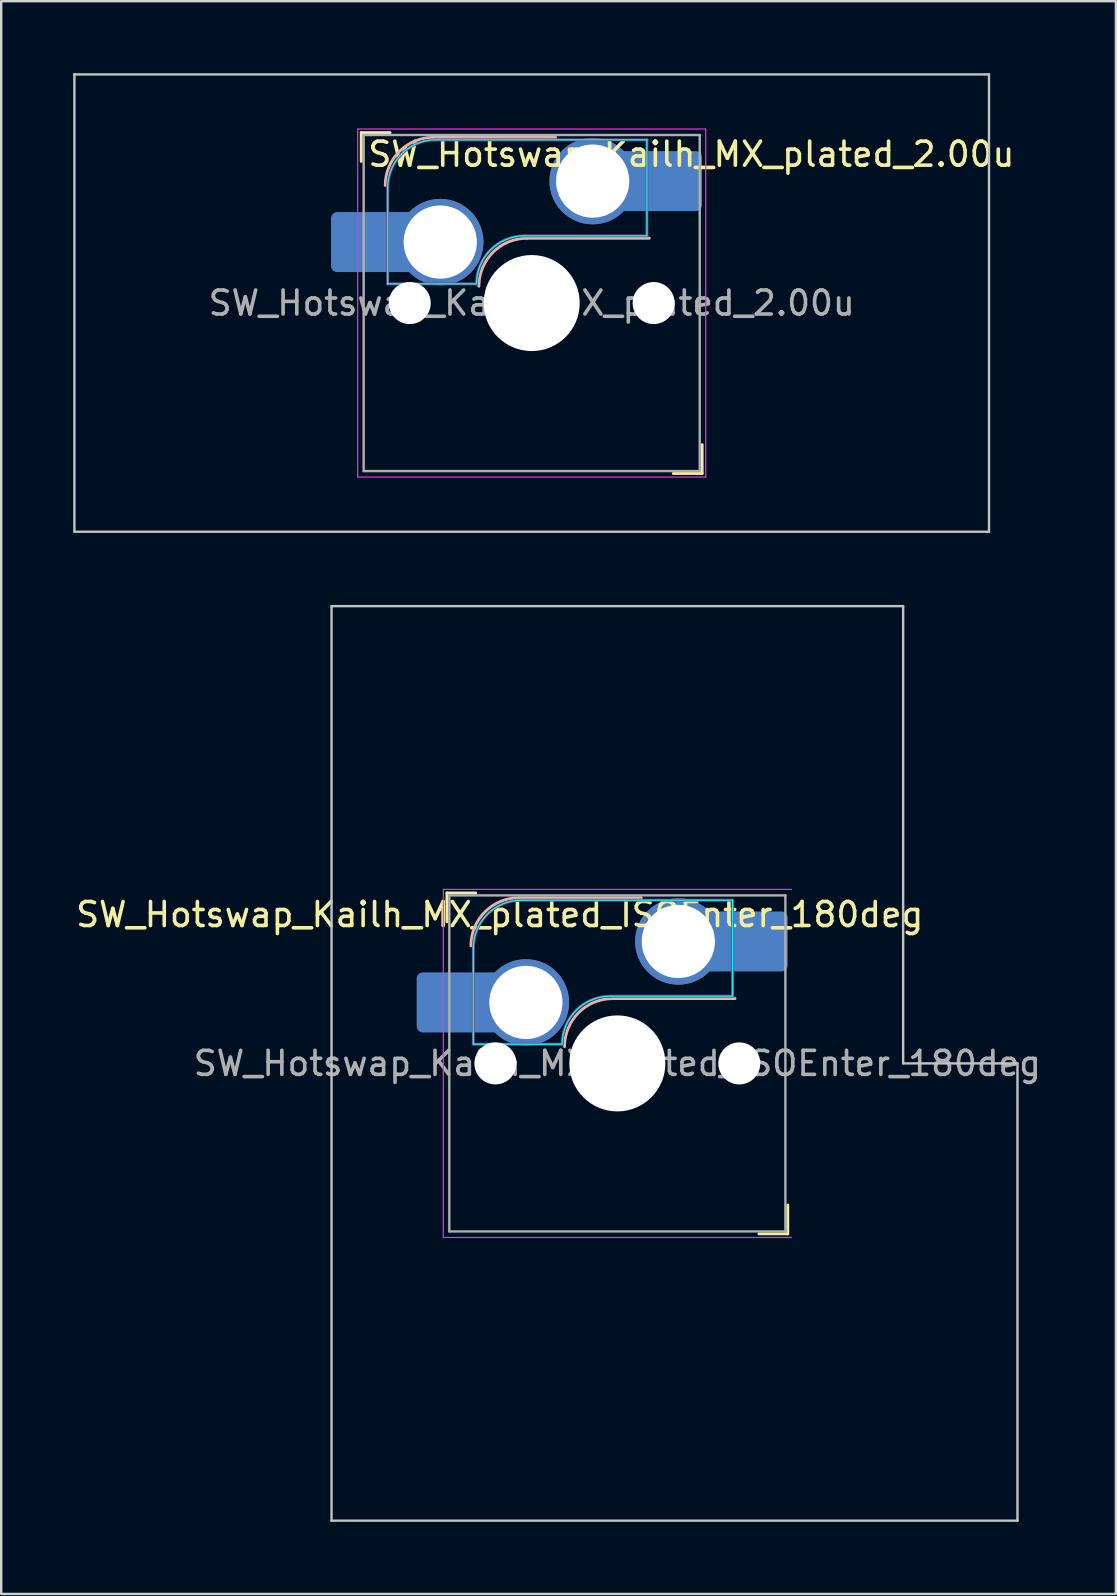
<source format=kicad_pcb>
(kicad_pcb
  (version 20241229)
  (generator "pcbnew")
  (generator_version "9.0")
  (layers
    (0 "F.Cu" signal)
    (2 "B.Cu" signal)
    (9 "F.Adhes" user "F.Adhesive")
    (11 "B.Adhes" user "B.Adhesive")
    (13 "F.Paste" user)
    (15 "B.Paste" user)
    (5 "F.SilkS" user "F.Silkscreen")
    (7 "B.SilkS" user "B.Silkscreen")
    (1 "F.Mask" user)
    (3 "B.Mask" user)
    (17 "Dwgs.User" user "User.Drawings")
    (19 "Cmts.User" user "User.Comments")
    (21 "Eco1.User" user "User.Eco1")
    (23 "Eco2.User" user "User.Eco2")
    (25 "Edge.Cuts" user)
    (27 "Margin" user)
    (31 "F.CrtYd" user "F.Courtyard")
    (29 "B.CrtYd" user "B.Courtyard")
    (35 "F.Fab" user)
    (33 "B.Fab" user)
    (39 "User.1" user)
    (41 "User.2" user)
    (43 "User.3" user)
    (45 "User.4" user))
  (footprint "SW_Hotswap_Kailh_MX_plated_2.00u"
    (layer "F.Cu")
    (at 19.1 9.575)
    (property "Reference" "SW_Hotswap_Kailh_MX_plated_2.00u" (at -6.9 -6.2 0) (layer "F.SilkS") (effects (font (size 1 1) (thickness 0.15)) (justify left)))
    (attr smd)
    (fp_line (start -7.1 -7.1) (end -7.1 -5.9) (stroke (width 0.12) (type solid)) (layer "F.SilkS"))
    (fp_line (start -5.9 -7.1) (end -7.1 -7.1) (stroke (width 0.12) (type solid)) (layer "F.SilkS"))
    (fp_line (start 5.9 7.1) (end 7.1 7.1) (stroke (width 0.12) (type solid)) (layer "F.SilkS"))
    (fp_line (start 7.1 7.1) (end 7.1 5.9) (stroke (width 0.12) (type solid)) (layer "F.SilkS"))
    (fp_line (start -4.1 -6.9) (end 1 -6.9) (stroke (width 0.12) (type solid)) (layer "B.SilkS"))
    (fp_line (start -0.2 -2.7) (end 4.9 -2.7) (stroke (width 0.12) (type solid)) (layer "B.SilkS"))
    (fp_arc (start -6.1 -4.9) (mid -5.514214 -6.314214) (end -4.1 -6.9) (stroke (width 0.12) (type solid)) (layer "B.SilkS"))
    (fp_arc (start -2.2 -0.7) (mid -1.614214 -2.114214) (end -0.2 -2.7) (stroke (width 0.12) (type solid)) (layer "B.SilkS"))
    (fp_line (start -19.05 -9.525) (end -19.05 9.525) (stroke (width 0.1) (type solid)) (layer "Dwgs.User"))
    (fp_line (start -19.05 9.525) (end 19.05 9.525) (stroke (width 0.1) (type solid)) (layer "Dwgs.User"))
    (fp_line (start 19.05 -9.525) (end -19.05 -9.525) (stroke (width 0.1) (type solid)) (layer "Dwgs.User"))
    (fp_line (start 19.05 9.525) (end 19.05 -9.525) (stroke (width 0.1) (type solid)) (layer "Dwgs.User"))
    (fp_line (start -7.8 -6) (end -7 -6) (stroke (width 0.1) (type solid)) (layer "Eco1.User"))
    (fp_line (start -7.8 -2.9) (end -7.8 -6) (stroke (width 0.1) (type solid)) (layer "Eco1.User"))
    (fp_line (start -7.8 2.9) (end -7 2.9) (stroke (width 0.1) (type solid)) (layer "Eco1.User"))
    (fp_line (start -7.8 6) (end -7.8 2.9) (stroke (width 0.1) (type solid)) (layer "Eco1.User"))
    (fp_line (start -7 -7) (end 7 -7) (stroke (width 0.1) (type solid)) (layer "Eco1.User"))
    (fp_line (start -7 -6) (end -7 -7) (stroke (width 0.1) (type solid)) (layer "Eco1.User"))
    (fp_line (start -7 -2.9) (end -7.8 -2.9) (stroke (width 0.1) (type solid)) (layer "Eco1.User"))
    (fp_line (start -7 2.9) (end -7 -2.9) (stroke (width 0.1) (type solid)) (layer "Eco1.User"))
    (fp_line (start -7 6) (end -7.8 6) (stroke (width 0.1) (type solid)) (layer "Eco1.User"))
    (fp_line (start -7 7) (end -7 6) (stroke (width 0.1) (type solid)) (layer "Eco1.User"))
    (fp_line (start 7 -7) (end 7 -6) (stroke (width 0.1) (type solid)) (layer "Eco1.User"))
    (fp_line (start 7 -6) (end 7.8 -6) (stroke (width 0.1) (type solid)) (layer "Eco1.User"))
    (fp_line (start 7 -2.9) (end 7 2.9) (stroke (width 0.1) (type solid)) (layer "Eco1.User"))
    (fp_line (start 7 2.9) (end 7.8 2.9) (stroke (width 0.1) (type solid)) (layer "Eco1.User"))
    (fp_line (start 7 6) (end 7 7) (stroke (width 0.1) (type solid)) (layer "Eco1.User"))
    (fp_line (start 7 7) (end -7 7) (stroke (width 0.1) (type solid)) (layer "Eco1.User"))
    (fp_line (start 7.8 -6) (end 7.8 -2.9) (stroke (width 0.1) (type solid)) (layer "Eco1.User"))
    (fp_line (start 7.8 -2.9) (end 7 -2.9) (stroke (width 0.1) (type solid)) (layer "Eco1.User"))
    (fp_line (start 7.8 2.9) (end 7.8 6) (stroke (width 0.1) (type solid)) (layer "Eco1.User"))
    (fp_line (start 7.8 6) (end 7 6) (stroke (width 0.1) (type solid)) (layer "Eco1.User"))
    (fp_line (start -6 -0.8) (end -6 -4.8) (stroke (width 0.05) (type solid)) (layer "B.CrtYd"))
    (fp_line (start -6 -0.8) (end -2.3 -0.8) (stroke (width 0.05) (type solid)) (layer "B.CrtYd"))
    (fp_line (start -4 -6.8) (end 4.8 -6.8) (stroke (width 0.05) (type solid)) (layer "B.CrtYd"))
    (fp_line (start -0.3 -2.8) (end 4.8 -2.8) (stroke (width 0.05) (type solid)) (layer "B.CrtYd"))
    (fp_line (start 4.8 -6.8) (end 4.8 -2.8) (stroke (width 0.05) (type solid)) (layer "B.CrtYd"))
    (fp_arc (start -6 -4.8) (mid -5.414214 -6.214214) (end -4 -6.8) (stroke (width 0.05) (type solid)) (layer "B.CrtYd"))
    (fp_arc (start -2.3 -0.8) (mid -1.714214 -2.214214) (end -0.3 -2.8) (stroke (width 0.05) (type solid)) (layer "B.CrtYd"))
    (fp_line (start -7.25 -7.25) (end -7.25 7.25) (stroke (width 0.05) (type solid)) (layer "F.CrtYd"))
    (fp_line (start -7.25 7.25) (end 7.25 7.25) (stroke (width 0.05) (type solid)) (layer "F.CrtYd"))
    (fp_line (start 7.25 -7.25) (end -7.25 -7.25) (stroke (width 0.05) (type solid)) (layer "F.CrtYd"))
    (fp_line (start 7.25 7.25) (end 7.25 -7.25) (stroke (width 0.05) (type solid)) (layer "F.CrtYd"))
    (fp_line (start -6 -0.8) (end -6 -4.8) (stroke (width 0.12) (type solid)) (layer "B.Fab"))
    (fp_line (start -6 -0.8) (end -2.3 -0.8) (stroke (width 0.12) (type solid)) (layer "B.Fab"))
    (fp_line (start -4 -6.8) (end 4.8 -6.8) (stroke (width 0.12) (type solid)) (layer "B.Fab"))
    (fp_line (start -0.3 -2.8) (end 4.8 -2.8) (stroke (width 0.12) (type solid)) (layer "B.Fab"))
    (fp_line (start 4.8 -6.8) (end 4.8 -2.8) (stroke (width 0.12) (type solid)) (layer "B.Fab"))
    (fp_arc (start -6 -4.8) (mid -5.414214 -6.214214) (end -4 -6.8) (stroke (width 0.12) (type solid)) (layer "B.Fab"))
    (fp_arc (start -2.3 -0.8) (mid -1.714214 -2.214214) (end -0.3 -2.8) (stroke (width 0.12) (type solid)) (layer "B.Fab"))
    (fp_line (start -7 -7) (end -7 7) (stroke (width 0.1) (type solid)) (layer "F.Fab"))
    (fp_line (start -7 7) (end 7 7) (stroke (width 0.1) (type solid)) (layer "F.Fab"))
    (fp_line (start 7 -7) (end -7 -7) (stroke (width 0.1) (type solid)) (layer "F.Fab"))
    (fp_line (start 7 7) (end 7 -7) (stroke (width 0.1) (type solid)) (layer "F.Fab"))
    (fp_text user "${REFERENCE}" (at 0 0 0) (layer "F.Fab") (effects (font (size 1 1) (thickness 0.15))))
    (pad "" smd roundrect (at -7.085 -2.54) (size 2.55 2.5) (layers "B.Mask" "B.Paste") (roundrect_rratio 0.1))
    (pad "" np_thru_hole circle (at -5.08 0) (size 1.75 1.75) (drill 1.75) (layers "*.Cu" "*.Mask"))
    (pad "" smd circle (at -3.81 -2.54) (size 3.1 3.1) (layers "F.Mask"))
    (pad "" np_thru_hole circle (at 0 0) (size 4 4) (drill 4) (layers "*.Cu" "*.Mask"))
    (pad "" smd circle (at 2.54 -5.08) (size 3.1 3.1) (layers "F.Mask"))
    (pad "" np_thru_hole circle (at 5.08 0) (size 1.75 1.75) (drill 1.75) (layers "*.Cu" "*.Mask"))
    (pad "" smd roundrect (at 5.842 -5.08) (size 2.55 2.5) (layers "B.Mask" "B.Paste") (roundrect_rratio 0.1))
    (pad "1" smd roundrect (at -6.585 -2.54) (size 3.55 2.5) (layers "B.Cu" "B.Mask") (roundrect_rratio 0.1))
    (pad "1" thru_hole circle (at -3.81 -2.54) (size 3.6 3.6) (drill 3.05) (layers "*.Cu" "B.Mask"))
    (pad "2" thru_hole circle (at 2.54 -5.08) (size 3.6 3.6) (drill 3.05) (layers "*.Cu" "B.Mask"))
    (pad "2" smd roundrect (at 5.32 -5.08) (size 3.55 2.5) (layers "B.Cu") (roundrect_rratio 0.1)))
  (footprint "SW_Hotswap_Kailh_MX_plated_ISOEnter_180deg"
    (layer "F.Cu")
    (at 22.668 41.25)
    (property "Reference" "SW_Hotswap_Kailh_MX_plated_ISOEnter_180deg" (at -4.9 -6.2 0) (layer "F.SilkS") (effects (font (size 1 1) (thickness 0.15))))
    (attr smd)
    (fp_line (start -7.1 -7.1) (end -7.1 -5.9) (stroke (width 0.12) (type solid)) (layer "F.SilkS"))
    (fp_line (start -5.9 -7.1) (end -7.1 -7.1) (stroke (width 0.12) (type solid)) (layer "F.SilkS"))
    (fp_line (start 5.9 7.1) (end 7.1 7.1) (stroke (width 0.12) (type solid)) (layer "F.SilkS"))
    (fp_line (start 7.1 7.1) (end 7.1 5.9) (stroke (width 0.12) (type solid)) (layer "F.SilkS"))
    (fp_line (start -4.1 -6.9) (end 1 -6.9) (stroke (width 0.12) (type solid)) (layer "B.SilkS"))
    (fp_line (start -0.2 -2.7) (end 4.9 -2.7) (stroke (width 0.12) (type solid)) (layer "B.SilkS"))
    (fp_arc (start -6.1 -4.9) (mid -5.514214 -6.314214) (end -4.1 -6.9) (stroke (width 0.12) (type solid)) (layer "B.SilkS"))
    (fp_arc (start -2.2 -0.7) (mid -1.614214 -2.114214) (end -0.2 -2.7) (stroke (width 0.12) (type solid)) (layer "B.SilkS"))
    (fp_line (start -11.906 -19.05) (end -11.906 19.05) (stroke (width 0.1) (type solid)) (layer "Dwgs.User"))
    (fp_line (start -11.906 19.05) (end 16.669 19.05) (stroke (width 0.1) (type solid)) (layer "Dwgs.User"))
    (fp_line (start 11.906 -19.05) (end -11.906 -19.05) (stroke (width 0.1) (type solid)) (layer "Dwgs.User"))
    (fp_line (start 11.906 0) (end 11.906 -19.05) (stroke (width 0.1) (type solid)) (layer "Dwgs.User"))
    (fp_line (start 16.669 0) (end 11.906 0) (stroke (width 0.1) (type solid)) (layer "Dwgs.User"))
    (fp_line (start 16.669 19.05) (end 16.669 0) (stroke (width 0.1) (type solid)) (layer "Dwgs.User"))
    (fp_line (start -7.8 -6) (end -7 -6) (stroke (width 0.1) (type solid)) (layer "Eco1.User"))
    (fp_line (start -7.8 -2.9) (end -7.8 -6) (stroke (width 0.1) (type solid)) (layer "Eco1.User"))
    (fp_line (start -7.8 2.9) (end -7 2.9) (stroke (width 0.1) (type solid)) (layer "Eco1.User"))
    (fp_line (start -7.8 6) (end -7.8 2.9) (stroke (width 0.1) (type solid)) (layer "Eco1.User"))
    (fp_line (start -7 -7) (end 7 -7) (stroke (width 0.1) (type solid)) (layer "Eco1.User"))
    (fp_line (start -7 -6) (end -7 -7) (stroke (width 0.1) (type solid)) (layer "Eco1.User"))
    (fp_line (start -7 -2.9) (end -7.8 -2.9) (stroke (width 0.1) (type solid)) (layer "Eco1.User"))
    (fp_line (start -7 2.9) (end -7 -2.9) (stroke (width 0.1) (type solid)) (layer "Eco1.User"))
    (fp_line (start -7 6) (end -7.8 6) (stroke (width 0.1) (type solid)) (layer "Eco1.User"))
    (fp_line (start -7 7) (end -7 6) (stroke (width 0.1) (type solid)) (layer "Eco1.User"))
    (fp_line (start 7 -7) (end 7 -6) (stroke (width 0.1) (type solid)) (layer "Eco1.User"))
    (fp_line (start 7 -6) (end 7.8 -6) (stroke (width 0.1) (type solid)) (layer "Eco1.User"))
    (fp_line (start 7 -2.9) (end 7 2.9) (stroke (width 0.1) (type solid)) (layer "Eco1.User"))
    (fp_line (start 7 2.9) (end 7.8 2.9) (stroke (width 0.1) (type solid)) (layer "Eco1.User"))
    (fp_line (start 7 6) (end 7 7) (stroke (width 0.1) (type solid)) (layer "Eco1.User"))
    (fp_line (start 7 7) (end -7 7) (stroke (width 0.1) (type solid)) (layer "Eco1.User"))
    (fp_line (start 7.8 -6) (end 7.8 -2.9) (stroke (width 0.1) (type solid)) (layer "Eco1.User"))
    (fp_line (start 7.8 -2.9) (end 7 -2.9) (stroke (width 0.1) (type solid)) (layer "Eco1.User"))
    (fp_line (start 7.8 2.9) (end 7.8 6) (stroke (width 0.1) (type solid)) (layer "Eco1.User"))
    (fp_line (start 7.8 6) (end 7 6) (stroke (width 0.1) (type solid)) (layer "Eco1.User"))
    (fp_line (start -6 -0.8) (end -6 -4.8) (stroke (width 0.05) (type solid)) (layer "B.CrtYd"))
    (fp_line (start -6 -0.8) (end -2.3 -0.8) (stroke (width 0.05) (type solid)) (layer "B.CrtYd"))
    (fp_line (start -4 -6.8) (end 4.8 -6.8) (stroke (width 0.05) (type solid)) (layer "B.CrtYd"))
    (fp_line (start -0.3 -2.8) (end 4.8 -2.8) (stroke (width 0.05) (type solid)) (layer "B.CrtYd"))
    (fp_line (start 4.8 -6.8) (end 4.8 -2.8) (stroke (width 0.05) (type solid)) (layer "B.CrtYd"))
    (fp_arc (start -6 -4.8) (mid -5.414214 -6.214214) (end -4 -6.8) (stroke (width 0.05) (type solid)) (layer "B.CrtYd"))
    (fp_arc (start -2.3 -0.8) (mid -1.714214 -2.214214) (end -0.3 -2.8) (stroke (width 0.05) (type solid)) (layer "B.CrtYd"))
    (fp_line (start -7.25 -7.25) (end -7.25 7.25) (stroke (width 0.05) (type solid)) (layer "F.CrtYd"))
    (fp_line (start -7.25 7.25) (end 7.25 7.25) (stroke (width 0.05) (type solid)) (layer "F.CrtYd"))
    (fp_line (start 7.25 -7.25) (end -7.25 -7.25) (stroke (width 0.05) (type solid)) (layer "F.CrtYd"))
    (fp_line (start -6 -0.8) (end -6 -4.8) (stroke (width 0.12) (type solid)) (layer "B.Fab"))
    (fp_line (start -6 -0.8) (end -2.3 -0.8) (stroke (width 0.12) (type solid)) (layer "B.Fab"))
    (fp_line (start -4 -6.8) (end 4.8 -6.8) (stroke (width 0.12) (type solid)) (layer "B.Fab"))
    (fp_line (start -0.3 -2.8) (end 4.8 -2.8) (stroke (width 0.12) (type solid)) (layer "B.Fab"))
    (fp_line (start 4.8 -6.8) (end 4.8 -2.8) (stroke (width 0.12) (type solid)) (layer "B.Fab"))
    (fp_arc (start -6 -4.8) (mid -5.414214 -6.214214) (end -4 -6.8) (stroke (width 0.12) (type solid)) (layer "B.Fab"))
    (fp_arc (start -2.3 -0.8) (mid -1.714214 -2.214214) (end -0.3 -2.8) (stroke (width 0.12) (type solid)) (layer "B.Fab"))
    (fp_line (start -7 -7) (end -7 7) (stroke (width 0.1) (type solid)) (layer "F.Fab"))
    (fp_line (start -7 7) (end 7 7) (stroke (width 0.1) (type solid)) (layer "F.Fab"))
    (fp_line (start 7 -7) (end -7 -7) (stroke (width 0.1) (type solid)) (layer "F.Fab"))
    (fp_line (start 7 7) (end 7 -7) (stroke (width 0.1) (type solid)) (layer "F.Fab"))
    (fp_text user "${REFERENCE}" (at 0 0 0) (layer "F.Fab") (effects (font (size 1 1) (thickness 0.15))))
    (pad "" smd roundrect (at -7.085 -2.54) (size 2.55 2.5) (layers "B.Mask" "B.Paste") (roundrect_rratio 0.1))
    (pad "" np_thru_hole circle (at -5.08 0) (size 1.75 1.75) (drill 1.75) (layers "*.Cu" "*.Mask"))
    (pad "" smd circle (at -3.81 -2.54) (size 3.1 3.1) (layers "F.Mask"))
    (pad "" np_thru_hole circle (at 0 0) (size 4 4) (drill 4) (layers "*.Cu" "*.Mask"))
    (pad "" smd circle (at 2.54 -5.08) (size 3.1 3.1) (layers "F.Mask"))
    (pad "" np_thru_hole circle (at 5.08 0) (size 1.75 1.75) (drill 1.75) (layers "*.Cu" "*.Mask"))
    (pad "" smd roundrect (at 5.842 -5.08) (size 2.55 2.5) (layers "B.Mask" "B.Paste") (roundrect_rratio 0.1))
    (pad "1" smd roundrect (at -6.585 -2.54) (size 3.55 2.5) (layers "B.Cu" "B.Mask") (roundrect_rratio 0.1))
    (pad "1" thru_hole circle (at -3.81 -2.54) (size 3.6 3.6) (drill 3.05) (layers "*.Cu" "B.Mask"))
    (pad "2" thru_hole circle (at 2.54 -5.08) (size 3.6 3.6) (drill 3.05) (layers "*.Cu" "B.Mask"))
    (pad "2" smd roundrect (at 5.32 -5.08) (size 3.55 2.5) (layers "B.Cu") (roundrect_rratio 0.1)))
  (gr_rect
    (start -3 -3)
    (end 43.436 63.35)
    (stroke (width 0.1) (type default))
    (fill no)
    (layer "Edge.Cuts")))
</source>
